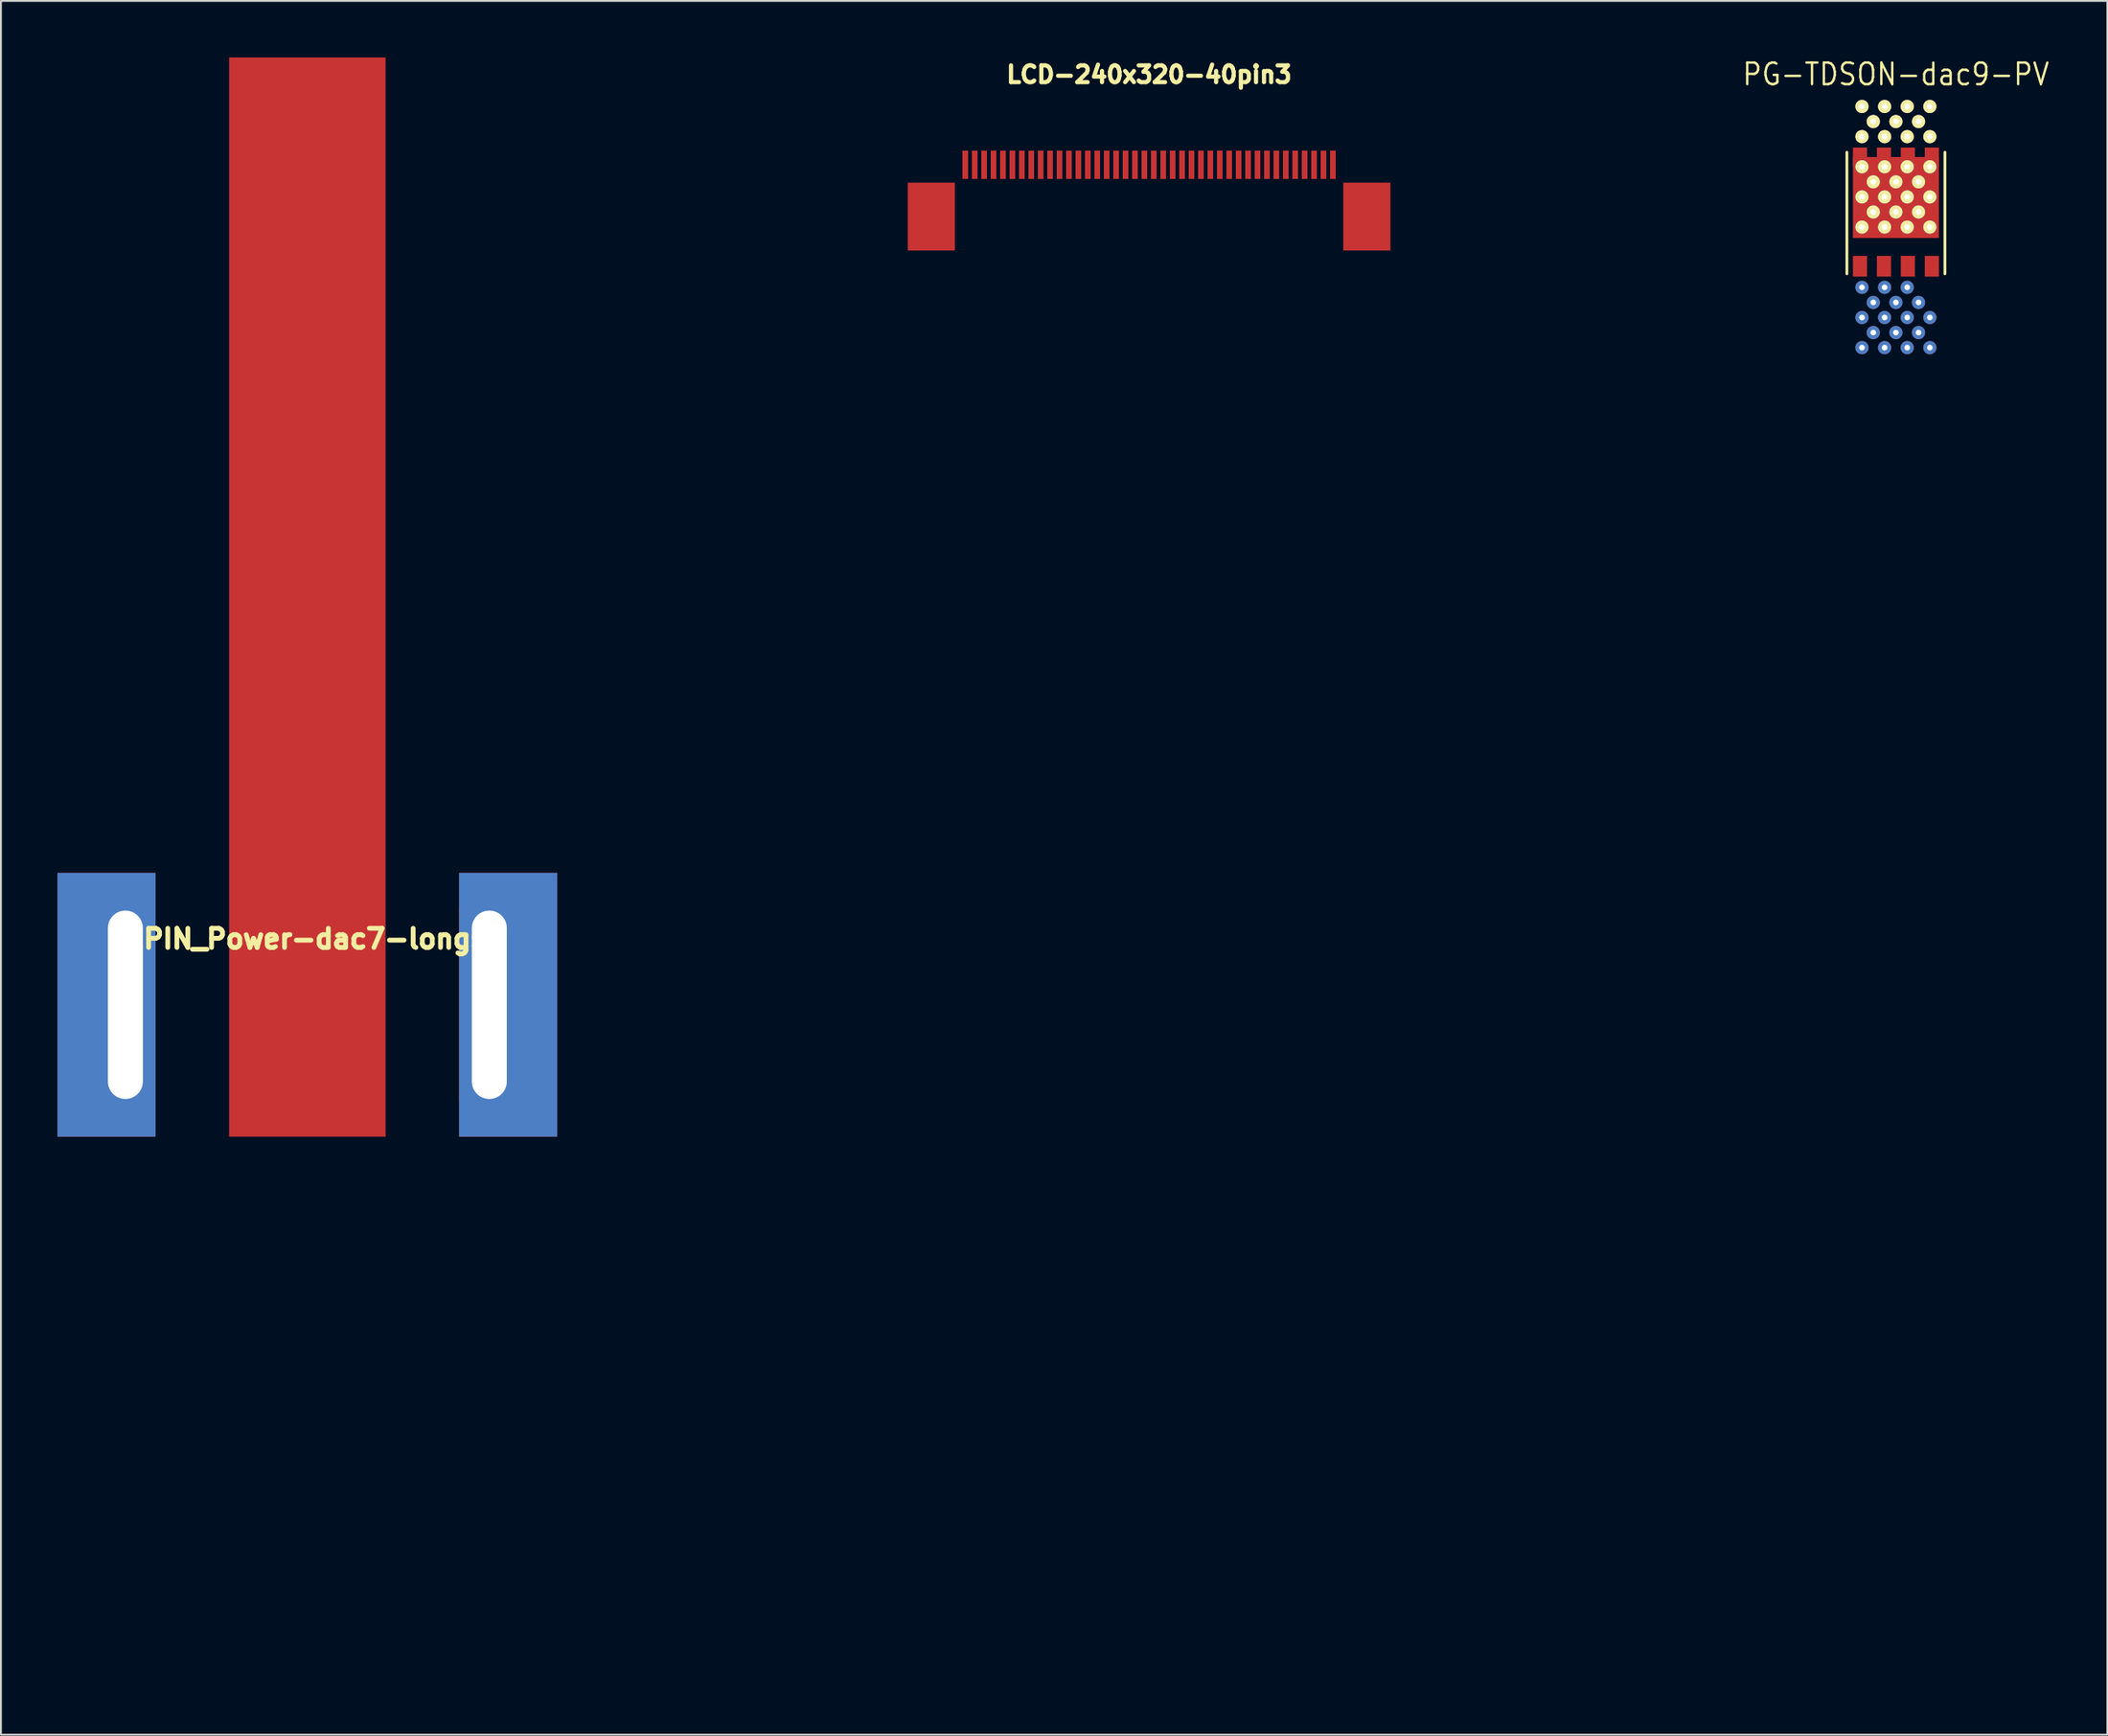
<source format=kicad_pcb>
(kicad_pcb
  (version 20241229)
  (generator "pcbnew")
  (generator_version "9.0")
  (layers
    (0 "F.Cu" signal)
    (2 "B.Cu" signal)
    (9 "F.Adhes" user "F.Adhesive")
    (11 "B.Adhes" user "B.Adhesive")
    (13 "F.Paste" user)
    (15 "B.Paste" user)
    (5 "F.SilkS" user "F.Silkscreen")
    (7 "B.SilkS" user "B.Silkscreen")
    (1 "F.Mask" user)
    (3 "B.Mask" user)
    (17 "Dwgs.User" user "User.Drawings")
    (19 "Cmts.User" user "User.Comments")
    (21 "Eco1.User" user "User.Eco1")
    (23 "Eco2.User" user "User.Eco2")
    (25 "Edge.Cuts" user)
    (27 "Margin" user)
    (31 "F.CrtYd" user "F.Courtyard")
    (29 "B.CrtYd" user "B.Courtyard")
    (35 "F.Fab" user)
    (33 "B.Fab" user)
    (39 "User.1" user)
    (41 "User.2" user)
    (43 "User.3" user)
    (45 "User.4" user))
  (footprint "LCD-240x320-40pin3"
    (layer "F.Cu")
    (at 57.899 6.645)
    (property "Reference" "LCD-240x320-40pin3" (at 0 -5.735 0) (layer "F.SilkS") (effects (font (size 0.889 0.889) (thickness 0.224))))
    (attr through_hole)
    (fp_line (start -28.32 0) (end 28.32 0) (stroke (width 0.15) (type solid)) (layer "Eco1.User"))
    (fp_line (start -28.32 79.3) (end -28.32 0) (stroke (width 0.15) (type solid)) (layer "Eco1.User"))
    (fp_line (start 28.32 0) (end 28.32 79.3) (stroke (width 0.15) (type solid)) (layer "Eco1.User"))
    (fp_line (start 28.32 79.3) (end -28.32 79.3) (stroke (width 0.15) (type solid)) (layer "Eco1.User"))
    (pad "0" smd rect (at -11.55 1.8) (size 2.5 3.6) (layers "F.Cu" "F.Mask" "F.Paste"))
    (pad "0" smd rect (at 11.55 1.8) (size 2.5 3.6) (layers "F.Cu" "F.Mask" "F.Paste"))
    (pad "1" smd rect (at 9.75 -0.95) (size 0.3 1.5) (layers "F.Cu" "F.Mask" "F.Paste"))
    (pad "2" smd rect (at 9.25 -0.95) (size 0.3 1.5) (layers "F.Cu" "F.Mask" "F.Paste"))
    (pad "3" smd rect (at 8.75 -0.95) (size 0.3 1.5) (layers "F.Cu" "F.Mask" "F.Paste"))
    (pad "4" smd rect (at 8.25 -0.95) (size 0.3 1.5) (layers "F.Cu" "F.Mask" "F.Paste"))
    (pad "5" smd rect (at 7.75 -0.95) (size 0.3 1.5) (layers "F.Cu" "F.Mask" "F.Paste"))
    (pad "6" smd rect (at 7.25 -0.95) (size 0.3 1.5) (layers "F.Cu" "F.Mask" "F.Paste"))
    (pad "7" smd rect (at 6.75 -0.95) (size 0.3 1.5) (layers "F.Cu" "F.Mask" "F.Paste"))
    (pad "8" smd rect (at 6.25 -0.95) (size 0.3 1.5) (layers "F.Cu" "F.Mask" "F.Paste"))
    (pad "9" smd rect (at 5.75 -0.95) (size 0.3 1.5) (layers "F.Cu" "F.Mask" "F.Paste"))
    (pad "10" smd rect (at 5.25 -0.95) (size 0.3 1.5) (layers "F.Cu" "F.Mask" "F.Paste"))
    (pad "11" smd rect (at 4.75 -0.95) (size 0.3 1.5) (layers "F.Cu" "F.Mask" "F.Paste"))
    (pad "12" smd rect (at 4.25 -0.95) (size 0.3 1.5) (layers "F.Cu" "F.Mask" "F.Paste"))
    (pad "13" smd rect (at 3.75 -0.95) (size 0.3 1.5) (layers "F.Cu" "F.Mask" "F.Paste"))
    (pad "14" smd rect (at 3.25 -0.95) (size 0.3 1.5) (layers "F.Cu" "F.Mask" "F.Paste"))
    (pad "15" smd rect (at 2.75 -0.95) (size 0.3 1.5) (layers "F.Cu" "F.Mask" "F.Paste"))
    (pad "16" smd rect (at 2.25 -0.95) (size 0.3 1.5) (layers "F.Cu" "F.Mask" "F.Paste"))
    (pad "17" smd rect (at 1.75 -0.95) (size 0.3 1.5) (layers "F.Cu" "F.Mask" "F.Paste"))
    (pad "18" smd rect (at 1.25 -0.95) (size 0.3 1.5) (layers "F.Cu" "F.Mask" "F.Paste"))
    (pad "19" smd rect (at 0.75 -0.95) (size 0.3 1.5) (layers "F.Cu" "F.Mask" "F.Paste"))
    (pad "20" smd rect (at 0.25 -0.95) (size 0.3 1.5) (layers "F.Cu" "F.Mask" "F.Paste"))
    (pad "21" smd rect (at -0.25 -0.95) (size 0.3 1.5) (layers "F.Cu" "F.Mask" "F.Paste"))
    (pad "22" smd rect (at -0.75 -0.95) (size 0.3 1.5) (layers "F.Cu" "F.Mask" "F.Paste"))
    (pad "23" smd rect (at -1.25 -0.95) (size 0.3 1.5) (layers "F.Cu" "F.Mask" "F.Paste"))
    (pad "24" smd rect (at -1.75 -0.95) (size 0.3 1.5) (layers "F.Cu" "F.Mask" "F.Paste"))
    (pad "25" smd rect (at -2.25 -0.95) (size 0.3 1.5) (layers "F.Cu" "F.Mask" "F.Paste"))
    (pad "26" smd rect (at -2.75 -0.95) (size 0.3 1.5) (layers "F.Cu" "F.Mask" "F.Paste"))
    (pad "27" smd rect (at -3.25 -0.95) (size 0.3 1.5) (layers "F.Cu" "F.Mask" "F.Paste"))
    (pad "28" smd rect (at -3.75 -0.95) (size 0.3 1.5) (layers "F.Cu" "F.Mask" "F.Paste"))
    (pad "29" smd rect (at -4.25 -0.95) (size 0.3 1.5) (layers "F.Cu" "F.Mask" "F.Paste"))
    (pad "30" smd rect (at -4.75 -0.95) (size 0.3 1.5) (layers "F.Cu" "F.Mask" "F.Paste"))
    (pad "31" smd rect (at -5.25 -0.95) (size 0.3 1.5) (layers "F.Cu" "F.Mask" "F.Paste"))
    (pad "32" smd rect (at -5.75 -0.95) (size 0.3 1.5) (layers "F.Cu" "F.Mask" "F.Paste"))
    (pad "33" smd rect (at -6.25 -0.95) (size 0.3 1.5) (layers "F.Cu" "F.Mask" "F.Paste"))
    (pad "34" smd rect (at -6.75 -0.95) (size 0.3 1.5) (layers "F.Cu" "F.Mask" "F.Paste"))
    (pad "35" smd rect (at -7.25 -0.95) (size 0.3 1.5) (layers "F.Cu" "F.Mask" "F.Paste"))
    (pad "36" smd rect (at -7.75 -0.95) (size 0.3 1.5) (layers "F.Cu" "F.Mask" "F.Paste"))
    (pad "37" smd rect (at -8.25 -0.95) (size 0.3 1.5) (layers "F.Cu" "F.Mask" "F.Paste"))
    (pad "38" smd rect (at -8.75 -0.95) (size 0.3 1.5) (layers "F.Cu" "F.Mask" "F.Paste"))
    (pad "39" smd rect (at -9.25 -0.95) (size 0.3 1.5) (layers "F.Cu" "F.Mask" "F.Paste"))
    (pad "40" smd rect (at -9.75 -0.95) (size 0.3 1.5) (layers "F.Cu" "F.Mask" "F.Paste")))
  (footprint "1PIN_Power-dac7-long5"
    (layer "F.Cu")
    (at 13.252 50.28)
    (property "Reference" "1PIN_Power-dac7-long5" (at 0 -3.5 0) (layer "F.SilkS") (effects (font (size 1.016 1.016) (thickness 0.254))))
    (attr through_hole)
    (pad "1" smd oval (at -9.652 0) (size 3.2 13) (layers "F.Cu" "F.Mask"))
    (pad "1" thru_hole rect (at -9.652 0) (size 5.2 14) (drill oval 1.854 10 (offset -1 0)) (layers "*.Cu"))
    (pad "1" smd rect (at 0 -21.64) (size 8.3 57.28) (layers "F.Cu"))
    (pad "1" smd oval (at 9.652 0) (size 3.2 13) (layers "F.Cu" "F.Mask"))
    (pad "1" thru_hole rect (at 9.652 0) (size 5.2 14) (drill oval 1.854 10 (offset 1 0)) (layers "*.Cu")))
  (footprint "PG-TDSON-dac9-PV"
    (layer "F.Cu")
    (at 97.511 9.782)
    (property "Reference" "PG-TDSON-dac9-PV" (at 0 -8.89 0) (layer "F.SilkS") (effects (font (size 1.143 1.016) (thickness 0.127))))
    (attr smd)
    (fp_line (start -2.6 -4.75) (end -2.6 1.7) (stroke (width 0.15) (type solid)) (layer "F.SilkS"))
    (fp_line (start 2.6 -4.75) (end 2.6 1.7) (stroke (width 0.15) (type solid)) (layer "F.SilkS"))
    (pad "D" smd rect (at -1.905 -4.5) (size 0.75 1) (layers "F.Cu" "F.Mask" "F.Paste"))
    (pad "D" thru_hole circle (at -1.8 -7.18) (size 0.7 0.7) (drill 0.3) (layers "*.Cu" "*.Mask" "F.SilkS"))
    (pad "D" thru_hole circle (at -1.8 -5.58) (size 0.7 0.7) (drill 0.3) (layers "*.Cu" "*.Mask" "F.SilkS"))
    (pad "D" thru_hole circle (at -1.8 -3.98) (size 0.7 0.7) (drill 0.3) (layers "*.Cu" "*.Mask" "F.SilkS"))
    (pad "D" thru_hole circle (at -1.8 -2.38) (size 0.7 0.7) (drill 0.3) (layers "*.Cu" "*.Mask" "F.SilkS"))
    (pad "D" thru_hole circle (at -1.8 -0.78) (size 0.7 0.7) (drill 0.3) (layers "*.Cu" "*.Mask" "F.SilkS"))
    (pad "D" thru_hole circle (at -1.2 -6.38) (size 0.7 0.7) (drill 0.3) (layers "*.Cu" "*.Mask" "F.SilkS"))
    (pad "D" thru_hole circle (at -1.2 -3.18) (size 0.7 0.7) (drill 0.3) (layers "*.Cu" "*.Mask" "F.SilkS"))
    (pad "D" thru_hole circle (at -1.2 -1.58) (size 0.7 0.7) (drill 0.3) (layers "*.Cu" "*.Mask" "F.SilkS"))
    (pad "D" smd rect (at -1.15 -3) (size 1.8 1.5) (layers "F.Cu" "F.Paste"))
    (pad "D" smd rect (at -1.15 -1.175) (size 1.8 1.5) (layers "F.Cu" "F.Paste"))
    (pad "D" smd rect (at -0.635 -4.5) (size 0.75 1) (layers "F.Cu" "F.Mask" "F.Paste"))
    (pad "D" thru_hole circle (at -0.6 -7.18) (size 0.7 0.7) (drill 0.3) (layers "*.Cu" "*.Mask" "F.SilkS"))
    (pad "D" thru_hole circle (at -0.6 -5.58) (size 0.7 0.7) (drill 0.3) (layers "*.Cu" "*.Mask" "F.SilkS"))
    (pad "D" thru_hole circle (at -0.6 -3.98) (size 0.7 0.7) (drill 0.3) (layers "*.Cu" "*.Mask" "F.SilkS"))
    (pad "D" thru_hole circle (at -0.6 -2.38) (size 0.7 0.7) (drill 0.3) (layers "*.Cu" "*.Mask" "F.SilkS"))
    (pad "D" thru_hole circle (at -0.6 -0.78) (size 0.7 0.7) (drill 0.3) (layers "*.Cu" "*.Mask" "F.SilkS"))
    (pad "D" thru_hole circle (at 0 -6.38) (size 0.7 0.7) (drill 0.3) (layers "*.Cu" "*.Mask" "F.SilkS"))
    (pad "D" thru_hole circle (at 0 -3.18) (size 0.7 0.7) (drill 0.3) (layers "*.Cu" "*.Mask" "F.SilkS"))
    (pad "D" smd rect (at 0 -2.35) (size 4.56 4.3) (layers "F.Cu" "F.Mask"))
    (pad "D" thru_hole circle (at 0 -1.58) (size 0.7 0.7) (drill 0.3) (layers "*.Cu" "*.Mask" "F.SilkS"))
    (pad "D" thru_hole circle (at 0.6 -7.18) (size 0.7 0.7) (drill 0.3) (layers "*.Cu" "*.Mask" "F.SilkS"))
    (pad "D" thru_hole circle (at 0.6 -5.58) (size 0.7 0.7) (drill 0.3) (layers "*.Cu" "*.Mask" "F.SilkS"))
    (pad "D" thru_hole circle (at 0.6 -3.98) (size 0.7 0.7) (drill 0.3) (layers "*.Cu" "*.Mask" "F.SilkS"))
    (pad "D" thru_hole circle (at 0.6 -2.38) (size 0.7 0.7) (drill 0.3) (layers "*.Cu" "*.Mask" "F.SilkS"))
    (pad "D" thru_hole circle (at 0.6 -0.78) (size 0.7 0.7) (drill 0.3) (layers "*.Cu" "*.Mask" "F.SilkS"))
    (pad "D" smd rect (at 0.635 -4.5) (size 0.75 1) (layers "F.Cu" "F.Mask" "F.Paste"))
    (pad "D" smd rect (at 1.15 -3) (size 1.8 1.5) (layers "F.Cu" "F.Paste"))
    (pad "D" smd rect (at 1.15 -1.175) (size 1.8 1.5) (layers "F.Cu" "F.Paste"))
    (pad "D" thru_hole circle (at 1.2 -6.38) (size 0.7 0.7) (drill 0.3) (layers "*.Cu" "*.Mask" "F.SilkS"))
    (pad "D" thru_hole circle (at 1.2 -3.18) (size 0.7 0.7) (drill 0.3) (layers "*.Cu" "*.Mask" "F.SilkS"))
    (pad "D" thru_hole circle (at 1.2 -1.58) (size 0.7 0.7) (drill 0.3) (layers "*.Cu" "*.Mask" "F.SilkS"))
    (pad "D" thru_hole circle (at 1.8 -7.18) (size 0.7 0.7) (drill 0.3) (layers "*.Cu" "*.Mask" "F.SilkS"))
    (pad "D" thru_hole circle (at 1.8 -5.58) (size 0.7 0.7) (drill 0.3) (layers "*.Cu" "*.Mask" "F.SilkS"))
    (pad "D" thru_hole circle (at 1.8 -3.98) (size 0.7 0.7) (drill 0.3) (layers "*.Cu" "*.Mask" "F.SilkS"))
    (pad "D" thru_hole circle (at 1.8 -2.38) (size 0.7 0.7) (drill 0.3) (layers "*.Cu" "*.Mask" "F.SilkS"))
    (pad "D" thru_hole circle (at 1.8 -0.78) (size 0.7 0.7) (drill 0.3) (layers "*.Cu" "*.Mask" "F.SilkS"))
    (pad "D" smd rect (at 1.905 -4.5) (size 0.75 1) (layers "F.Cu" "F.Mask" "F.Paste"))
    (pad "G" smd rect (at 1.905 1.3) (size 0.75 1.1) (layers "F.Cu" "F.Mask" "F.Paste"))
    (pad "S" smd rect (at -1.905 1.3) (size 0.75 1.1) (layers "F.Cu" "F.Mask" "F.Paste"))
    (pad "S" thru_hole circle (at -1.8 2.42) (size 0.7 0.7) (drill 0.3) (layers "*.Cu"))
    (pad "S" thru_hole circle (at -1.8 4.02) (size 0.7 0.7) (drill 0.3) (layers "*.Cu"))
    (pad "S" thru_hole circle (at -1.8 5.62) (size 0.7 0.7) (drill 0.3) (layers "*.Cu"))
    (pad "S" thru_hole circle (at -1.2 3.22) (size 0.7 0.7) (drill 0.3) (layers "*.Cu"))
    (pad "S" thru_hole circle (at -1.2 4.82) (size 0.7 0.7) (drill 0.3) (layers "*.Cu"))
    (pad "S" smd rect (at -0.635 1.3) (size 0.75 1.1) (layers "F.Cu" "F.Mask" "F.Paste"))
    (pad "S" thru_hole circle (at -0.6 2.42) (size 0.7 0.7) (drill 0.3) (layers "*.Cu"))
    (pad "S" thru_hole circle (at -0.6 4.02) (size 0.7 0.7) (drill 0.3) (layers "*.Cu"))
    (pad "S" thru_hole circle (at -0.6 5.62) (size 0.7 0.7) (drill 0.3) (layers "*.Cu"))
    (pad "S" thru_hole circle (at 0 3.22) (size 0.7 0.7) (drill 0.3) (layers "*.Cu"))
    (pad "S" thru_hole circle (at 0 4.82) (size 0.7 0.7) (drill 0.3) (layers "*.Cu"))
    (pad "S" thru_hole circle (at 0.6 2.42) (size 0.7 0.7) (drill 0.3) (layers "*.Cu"))
    (pad "S" thru_hole circle (at 0.6 4.02) (size 0.7 0.7) (drill 0.3) (layers "*.Cu"))
    (pad "S" thru_hole circle (at 0.6 5.62) (size 0.7 0.7) (drill 0.3) (layers "*.Cu"))
    (pad "S" smd rect (at 0.635 1.3) (size 0.75 1.1) (layers "F.Cu" "F.Mask" "F.Paste"))
    (pad "S" thru_hole circle (at 1.2 3.22) (size 0.7 0.7) (drill 0.3) (layers "*.Cu"))
    (pad "S" thru_hole circle (at 1.2 4.82) (size 0.7 0.7) (drill 0.3) (layers "*.Cu"))
    (pad "S" thru_hole circle (at 1.8 4.02) (size 0.7 0.7) (drill 0.3) (layers "*.Cu"))
    (pad "S" thru_hole circle (at 1.8 5.62) (size 0.7 0.7) (drill 0.3) (layers "*.Cu")))
  (gr_rect
    (start -3 -3)
    (end 108.728 89.02)
    (stroke (width 0.1) (type default))
    (fill no)
    (layer "Edge.Cuts")))
</source>
